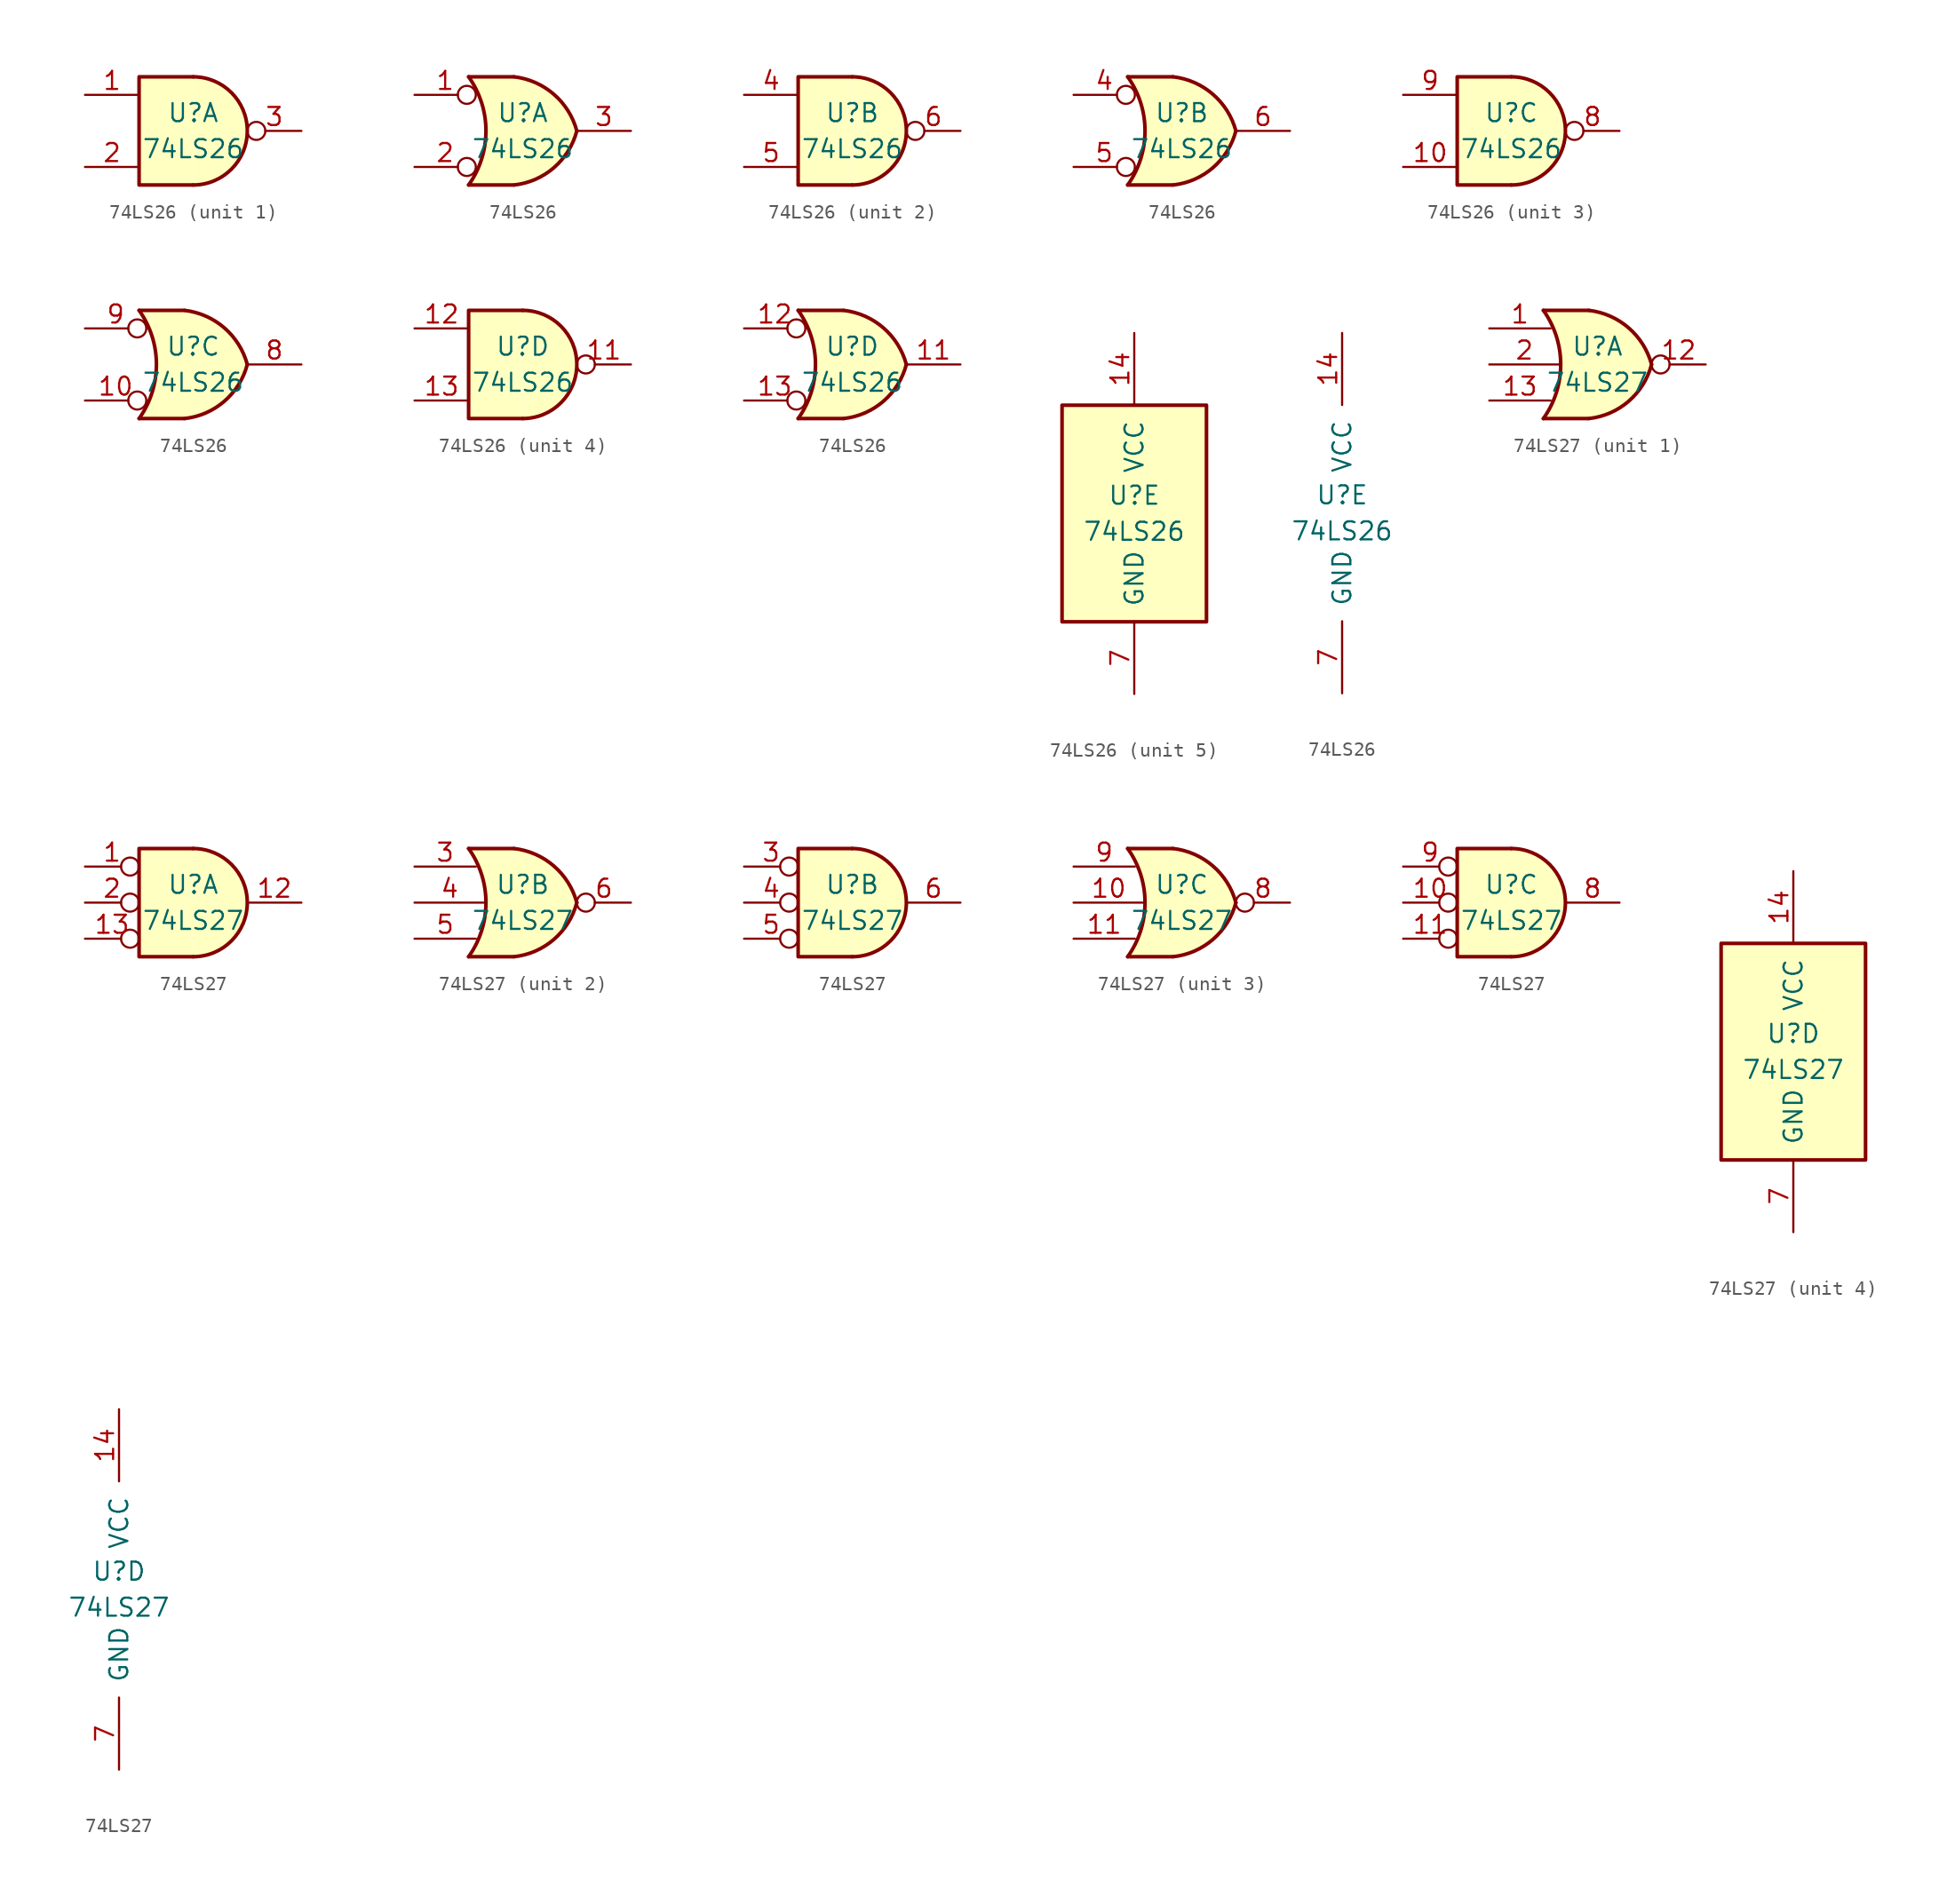
<source format=kicad_sym>
(kicad_symbol_lib
  (version 20201005)
  (generator kicad_symbol_editor)
  (symbol "74LS26"
    (pin_names
      (offset 1.016))
    (property "Reference" "U"
      (at 0 1.27 0)
      (effects (font (size 1.27 1.27))))
    (property "Value" "74LS26"
      (at 0 -1.27 0)
      (effects (font (size 1.27 1.27))))
    (property "ki_locked" ""
      (at 0 0 0)
      (effects (font (size 1.27 1.27))))
    (symbol "74LS26_1_1"
      (arc (start 0 -3.81) (end 0 3.81) (radius (at 0 0) (length 3.81) (angles -89.9 89.9)) (stroke (width 0.254)) (fill (type background)))
      (polyline (pts (xy 0 3.81) (xy -3.81 3.81) (xy -3.81 -3.81) (xy 0 -3.81)) (stroke (width 0.254)) (fill (type background)))
      (pin input line (at -7.62 2.54 0) (length 3.81) (name "~" (effects (font (size 1.27 1.27)))) (number "1" (effects (font (size 1.27 1.27)))))
      (pin input line (at -7.62 -2.54 0) (length 3.81) (name "~" (effects (font (size 1.27 1.27)))) (number "2" (effects (font (size 1.27 1.27)))))
      (pin open_collector inverted (at 7.62 0 180) (length 3.81) (name "~" (effects (font (size 1.27 1.27)))) (number "3" (effects (font (size 1.27 1.27))))))
    (symbol "74LS26_1_2"
      (arc (start -3.81 3.81) (end -3.81 -3.81) (radius (at -9.144 0) (length 6.5532) (angles 35.4 -35.4)) (stroke (width 0.254)) (fill (type none)))
      (arc (start 3.81 0) (end -0.6096 3.81) (radius (at -1.1938 -1.3208) (length 5.1816) (angles 15 83.7)) (stroke (width 0.254)) (fill (type background)))
      (arc (start 3.81 0) (end -0.6096 -3.81) (radius (at -1.1938 1.3208) (length 5.1816) (angles -15 -83.7)) (stroke (width 0.254)) (fill (type background)))
      (polyline (pts (xy -3.81 -3.81) (xy -0.635 -3.81)) (stroke (width 0.254)) (fill (type background)))
      (polyline (pts (xy -3.81 3.81) (xy -0.635 3.81)) (stroke (width 0.254)) (fill (type background)))
      (polyline (pts (xy -0.635 3.81) (xy -3.81 3.81) (xy -3.81 3.81) (xy -3.556 3.404) (xy -3.023 2.261) (xy -2.692 1.041) (xy -2.616 -0.254) (xy -2.769 -1.499) (xy -3.175 -2.718) (xy -3.81 -3.81) (xy -3.81 -3.81) (xy -0.635 -3.81)) (stroke (width -25.4)) (fill (type background)))
      (pin input inverted (at -7.62 2.54 0) (length 4.318) (name "~" (effects (font (size 1.27 1.27)))) (number "1" (effects (font (size 1.27 1.27)))))
      (pin input inverted (at -7.62 -2.54 0) (length 4.318) (name "~" (effects (font (size 1.27 1.27)))) (number "2" (effects (font (size 1.27 1.27)))))
      (pin open_collector line (at 7.62 0 180) (length 3.81) (name "~" (effects (font (size 1.27 1.27)))) (number "3" (effects (font (size 1.27 1.27))))))
    (symbol "74LS26_2_1"
      (arc (start 0 -3.81) (end 0 3.81) (radius (at 0 0) (length 3.81) (angles -89.9 89.9)) (stroke (width 0.254)) (fill (type background)))
      (polyline (pts (xy 0 3.81) (xy -3.81 3.81) (xy -3.81 -3.81) (xy 0 -3.81)) (stroke (width 0.254)) (fill (type background)))
      (pin input line (at -7.62 2.54 0) (length 3.81) (name "~" (effects (font (size 1.27 1.27)))) (number "4" (effects (font (size 1.27 1.27)))))
      (pin input line (at -7.62 -2.54 0) (length 3.81) (name "~" (effects (font (size 1.27 1.27)))) (number "5" (effects (font (size 1.27 1.27)))))
      (pin open_collector inverted (at 7.62 0 180) (length 3.81) (name "~" (effects (font (size 1.27 1.27)))) (number "6" (effects (font (size 1.27 1.27))))))
    (symbol "74LS26_2_2"
      (arc (start -3.81 3.81) (end -3.81 -3.81) (radius (at -9.144 0) (length 6.5532) (angles 35.4 -35.4)) (stroke (width 0.254)) (fill (type none)))
      (arc (start 3.81 0) (end -0.6096 3.81) (radius (at -1.1938 -1.3208) (length 5.1816) (angles 15 83.7)) (stroke (width 0.254)) (fill (type background)))
      (arc (start 3.81 0) (end -0.6096 -3.81) (radius (at -1.1938 1.3208) (length 5.1816) (angles -15 -83.7)) (stroke (width 0.254)) (fill (type background)))
      (polyline (pts (xy -3.81 -3.81) (xy -0.635 -3.81)) (stroke (width 0.254)) (fill (type background)))
      (polyline (pts (xy -3.81 3.81) (xy -0.635 3.81)) (stroke (width 0.254)) (fill (type background)))
      (polyline (pts (xy -0.635 3.81) (xy -3.81 3.81) (xy -3.81 3.81) (xy -3.556 3.404) (xy -3.023 2.261) (xy -2.692 1.041) (xy -2.616 -0.254) (xy -2.769 -1.499) (xy -3.175 -2.718) (xy -3.81 -3.81) (xy -3.81 -3.81) (xy -0.635 -3.81)) (stroke (width -25.4)) (fill (type background)))
      (pin input inverted (at -7.62 2.54 0) (length 4.318) (name "~" (effects (font (size 1.27 1.27)))) (number "4" (effects (font (size 1.27 1.27)))))
      (pin input inverted (at -7.62 -2.54 0) (length 4.318) (name "~" (effects (font (size 1.27 1.27)))) (number "5" (effects (font (size 1.27 1.27)))))
      (pin open_collector line (at 7.62 0 180) (length 3.81) (name "~" (effects (font (size 1.27 1.27)))) (number "6" (effects (font (size 1.27 1.27))))))
    (symbol "74LS26_3_1"
      (arc (start 0 -3.81) (end 0 3.81) (radius (at 0 0) (length 3.81) (angles -89.9 89.9)) (stroke (width 0.254)) (fill (type background)))
      (polyline (pts (xy 0 3.81) (xy -3.81 3.81) (xy -3.81 -3.81) (xy 0 -3.81)) (stroke (width 0.254)) (fill (type background)))
      (pin input line (at -7.62 -2.54 0) (length 3.81) (name "~" (effects (font (size 1.27 1.27)))) (number "10" (effects (font (size 1.27 1.27)))))
      (pin open_collector inverted (at 7.62 0 180) (length 3.81) (name "~" (effects (font (size 1.27 1.27)))) (number "8" (effects (font (size 1.27 1.27)))))
      (pin input line (at -7.62 2.54 0) (length 3.81) (name "~" (effects (font (size 1.27 1.27)))) (number "9" (effects (font (size 1.27 1.27))))))
    (symbol "74LS26_3_2"
      (arc (start -3.81 3.81) (end -3.81 -3.81) (radius (at -9.144 0) (length 6.5532) (angles 35.4 -35.4)) (stroke (width 0.254)) (fill (type none)))
      (arc (start 3.81 0) (end -0.6096 3.81) (radius (at -1.1938 -1.3208) (length 5.1816) (angles 15 83.7)) (stroke (width 0.254)) (fill (type background)))
      (arc (start 3.81 0) (end -0.6096 -3.81) (radius (at -1.1938 1.3208) (length 5.1816) (angles -15 -83.7)) (stroke (width 0.254)) (fill (type background)))
      (polyline (pts (xy -3.81 -3.81) (xy -0.635 -3.81)) (stroke (width 0.254)) (fill (type background)))
      (polyline (pts (xy -3.81 3.81) (xy -0.635 3.81)) (stroke (width 0.254)) (fill (type background)))
      (polyline (pts (xy -0.635 3.81) (xy -3.81 3.81) (xy -3.81 3.81) (xy -3.556 3.404) (xy -3.023 2.261) (xy -2.692 1.041) (xy -2.616 -0.254) (xy -2.769 -1.499) (xy -3.175 -2.718) (xy -3.81 -3.81) (xy -3.81 -3.81) (xy -0.635 -3.81)) (stroke (width -25.4)) (fill (type background)))
      (pin input inverted (at -7.62 -2.54 0) (length 4.318) (name "~" (effects (font (size 1.27 1.27)))) (number "10" (effects (font (size 1.27 1.27)))))
      (pin open_collector line (at 7.62 0 180) (length 3.81) (name "~" (effects (font (size 1.27 1.27)))) (number "8" (effects (font (size 1.27 1.27)))))
      (pin input inverted (at -7.62 2.54 0) (length 4.318) (name "~" (effects (font (size 1.27 1.27)))) (number "9" (effects (font (size 1.27 1.27))))))
    (symbol "74LS26_4_1"
      (arc (start 0 -3.81) (end 0 3.81) (radius (at 0 0) (length 3.81) (angles -89.9 89.9)) (stroke (width 0.254)) (fill (type background)))
      (polyline (pts (xy 0 3.81) (xy -3.81 3.81) (xy -3.81 -3.81) (xy 0 -3.81)) (stroke (width 0.254)) (fill (type background)))
      (pin open_collector inverted (at 7.62 0 180) (length 3.81) (name "~" (effects (font (size 1.27 1.27)))) (number "11" (effects (font (size 1.27 1.27)))))
      (pin input line (at -7.62 2.54 0) (length 3.81) (name "~" (effects (font (size 1.27 1.27)))) (number "12" (effects (font (size 1.27 1.27)))))
      (pin input line (at -7.62 -2.54 0) (length 3.81) (name "~" (effects (font (size 1.27 1.27)))) (number "13" (effects (font (size 1.27 1.27))))))
    (symbol "74LS26_4_2"
      (arc (start -3.81 3.81) (end -3.81 -3.81) (radius (at -9.144 0) (length 6.5532) (angles 35.4 -35.4)) (stroke (width 0.254)) (fill (type none)))
      (arc (start 3.81 0) (end -0.6096 3.81) (radius (at -1.1938 -1.3208) (length 5.1816) (angles 15 83.7)) (stroke (width 0.254)) (fill (type background)))
      (arc (start 3.81 0) (end -0.6096 -3.81) (radius (at -1.1938 1.3208) (length 5.1816) (angles -15 -83.7)) (stroke (width 0.254)) (fill (type background)))
      (polyline (pts (xy -3.81 -3.81) (xy -0.635 -3.81)) (stroke (width 0.254)) (fill (type background)))
      (polyline (pts (xy -3.81 3.81) (xy -0.635 3.81)) (stroke (width 0.254)) (fill (type background)))
      (polyline (pts (xy -0.635 3.81) (xy -3.81 3.81) (xy -3.81 3.81) (xy -3.556 3.404) (xy -3.023 2.261) (xy -2.692 1.041) (xy -2.616 -0.254) (xy -2.769 -1.499) (xy -3.175 -2.718) (xy -3.81 -3.81) (xy -3.81 -3.81) (xy -0.635 -3.81)) (stroke (width -25.4)) (fill (type background)))
      (pin open_collector line (at 7.62 0 180) (length 3.81) (name "~" (effects (font (size 1.27 1.27)))) (number "11" (effects (font (size 1.27 1.27)))))
      (pin input inverted (at -7.62 2.54 0) (length 4.318) (name "~" (effects (font (size 1.27 1.27)))) (number "12" (effects (font (size 1.27 1.27)))))
      (pin input inverted (at -7.62 -2.54 0) (length 4.318) (name "~" (effects (font (size 1.27 1.27)))) (number "13" (effects (font (size 1.27 1.27))))))
    (symbol "74LS26_5_0"
      (pin power_in line (at 0 12.7 270) (length 5.08) (name "VCC" (effects (font (size 1.27 1.27)))) (number "14" (effects (font (size 1.27 1.27)))))
      (pin power_in line (at 0 -12.7 90) (length 5.08) (name "GND" (effects (font (size 1.27 1.27)))) (number "7" (effects (font (size 1.27 1.27))))))
    (symbol "74LS26_5_1"
      (rectangle (start -5.08 7.62) (end 5.08 -7.62) (stroke (width 0.254)) (fill (type background)))))
  (symbol "74LS27"
    (pin_names
      (offset 1.016))
    (property "Reference" "U"
      (at 0 1.27 0)
      (effects (font (size 1.27 1.27))))
    (property "Value" "74LS27"
      (at 0 -1.27 0)
      (effects (font (size 1.27 1.27))))
    (property "ki_locked" ""
      (at 0 0 0)
      (effects (font (size 1.27 1.27))))
    (symbol "74LS27_1_1"
      (arc (start -3.81 3.81) (end -3.81 -3.81) (radius (at -9.144 0) (length 6.5532) (angles 35.4 -35.4)) (stroke (width 0.254)) (fill (type none)))
      (arc (start 3.81 0) (end -0.6096 3.81) (radius (at -1.1938 -1.3208) (length 5.1816) (angles 15 83.7)) (stroke (width 0.254)) (fill (type background)))
      (arc (start 3.81 0) (end -0.6096 -3.81) (radius (at -1.1938 1.3208) (length 5.1816) (angles -15 -83.7)) (stroke (width 0.254)) (fill (type background)))
      (polyline (pts (xy -3.81 -3.81) (xy -0.635 -3.81)) (stroke (width 0.254)) (fill (type background)))
      (polyline (pts (xy -3.81 3.81) (xy -0.635 3.81)) (stroke (width 0.254)) (fill (type background)))
      (polyline (pts (xy -0.635 3.81) (xy -3.81 3.81) (xy -3.81 3.81) (xy -3.556 3.404) (xy -3.023 2.261) (xy -2.692 1.041) (xy -2.616 -0.254) (xy -2.769 -1.499) (xy -3.175 -2.718) (xy -3.81 -3.81) (xy -3.81 -3.81) (xy -0.635 -3.81)) (stroke (width -25.4)) (fill (type background)))
      (pin input line (at -7.62 2.54 0) (length 4.318) (name "~" (effects (font (size 1.27 1.27)))) (number "1" (effects (font (size 1.27 1.27)))))
      (pin output inverted (at 7.62 0 180) (length 3.81) (name "~" (effects (font (size 1.27 1.27)))) (number "12" (effects (font (size 1.27 1.27)))))
      (pin input line (at -7.62 -2.54 0) (length 4.318) (name "~" (effects (font (size 1.27 1.27)))) (number "13" (effects (font (size 1.27 1.27)))))
      (pin input line (at -7.62 0 0) (length 4.953) (name "~" (effects (font (size 1.27 1.27)))) (number "2" (effects (font (size 1.27 1.27))))))
    (symbol "74LS27_1_2"
      (arc (start 0 -3.81) (end 0 3.81) (radius (at 0 0) (length 3.81) (angles -89.9 89.9)) (stroke (width 0.254)) (fill (type background)))
      (polyline (pts (xy 0 3.81) (xy -3.81 3.81) (xy -3.81 -3.81) (xy 0 -3.81)) (stroke (width 0.254)) (fill (type background)))
      (pin input inverted (at -7.62 2.54 0) (length 3.81) (name "~" (effects (font (size 1.27 1.27)))) (number "1" (effects (font (size 1.27 1.27)))))
      (pin output line (at 7.62 0 180) (length 3.81) (name "~" (effects (font (size 1.27 1.27)))) (number "12" (effects (font (size 1.27 1.27)))))
      (pin input inverted (at -7.62 -2.54 0) (length 3.81) (name "~" (effects (font (size 1.27 1.27)))) (number "13" (effects (font (size 1.27 1.27)))))
      (pin input inverted (at -7.62 0 0) (length 3.81) (name "~" (effects (font (size 1.27 1.27)))) (number "2" (effects (font (size 1.27 1.27))))))
    (symbol "74LS27_2_1"
      (arc (start -3.81 3.81) (end -3.81 -3.81) (radius (at -9.144 0) (length 6.5532) (angles 35.4 -35.4)) (stroke (width 0.254)) (fill (type none)))
      (arc (start 3.81 0) (end -0.6096 3.81) (radius (at -1.1938 -1.3208) (length 5.1816) (angles 15 83.7)) (stroke (width 0.254)) (fill (type background)))
      (arc (start 3.81 0) (end -0.6096 -3.81) (radius (at -1.1938 1.3208) (length 5.1816) (angles -15 -83.7)) (stroke (width 0.254)) (fill (type background)))
      (polyline (pts (xy -3.81 -3.81) (xy -0.635 -3.81)) (stroke (width 0.254)) (fill (type background)))
      (polyline (pts (xy -3.81 3.81) (xy -0.635 3.81)) (stroke (width 0.254)) (fill (type background)))
      (polyline (pts (xy -0.635 3.81) (xy -3.81 3.81) (xy -3.81 3.81) (xy -3.556 3.404) (xy -3.023 2.261) (xy -2.692 1.041) (xy -2.616 -0.254) (xy -2.769 -1.499) (xy -3.175 -2.718) (xy -3.81 -3.81) (xy -3.81 -3.81) (xy -0.635 -3.81)) (stroke (width -25.4)) (fill (type background)))
      (pin input line (at -7.62 2.54 0) (length 4.318) (name "~" (effects (font (size 1.27 1.27)))) (number "3" (effects (font (size 1.27 1.27)))))
      (pin input line (at -7.62 0 0) (length 4.953) (name "~" (effects (font (size 1.27 1.27)))) (number "4" (effects (font (size 1.27 1.27)))))
      (pin input line (at -7.62 -2.54 0) (length 4.318) (name "~" (effects (font (size 1.27 1.27)))) (number "5" (effects (font (size 1.27 1.27)))))
      (pin output inverted (at 7.62 0 180) (length 3.81) (name "~" (effects (font (size 1.27 1.27)))) (number "6" (effects (font (size 1.27 1.27))))))
    (symbol "74LS27_2_2"
      (arc (start 0 -3.81) (end 0 3.81) (radius (at 0 0) (length 3.81) (angles -89.9 89.9)) (stroke (width 0.254)) (fill (type background)))
      (polyline (pts (xy 0 3.81) (xy -3.81 3.81) (xy -3.81 -3.81) (xy 0 -3.81)) (stroke (width 0.254)) (fill (type background)))
      (pin input inverted (at -7.62 2.54 0) (length 3.81) (name "~" (effects (font (size 1.27 1.27)))) (number "3" (effects (font (size 1.27 1.27)))))
      (pin input inverted (at -7.62 0 0) (length 3.81) (name "~" (effects (font (size 1.27 1.27)))) (number "4" (effects (font (size 1.27 1.27)))))
      (pin input inverted (at -7.62 -2.54 0) (length 3.81) (name "~" (effects (font (size 1.27 1.27)))) (number "5" (effects (font (size 1.27 1.27)))))
      (pin output line (at 7.62 0 180) (length 3.81) (name "~" (effects (font (size 1.27 1.27)))) (number "6" (effects (font (size 1.27 1.27))))))
    (symbol "74LS27_3_1"
      (arc (start -3.81 3.81) (end -3.81 -3.81) (radius (at -9.144 0) (length 6.5532) (angles 35.4 -35.4)) (stroke (width 0.254)) (fill (type none)))
      (arc (start 3.81 0) (end -0.6096 3.81) (radius (at -1.1938 -1.3208) (length 5.1816) (angles 15 83.7)) (stroke (width 0.254)) (fill (type background)))
      (arc (start 3.81 0) (end -0.6096 -3.81) (radius (at -1.1938 1.3208) (length 5.1816) (angles -15 -83.7)) (stroke (width 0.254)) (fill (type background)))
      (polyline (pts (xy -3.81 -3.81) (xy -0.635 -3.81)) (stroke (width 0.254)) (fill (type background)))
      (polyline (pts (xy -3.81 3.81) (xy -0.635 3.81)) (stroke (width 0.254)) (fill (type background)))
      (polyline (pts (xy -0.635 3.81) (xy -3.81 3.81) (xy -3.81 3.81) (xy -3.556 3.404) (xy -3.023 2.261) (xy -2.692 1.041) (xy -2.616 -0.254) (xy -2.769 -1.499) (xy -3.175 -2.718) (xy -3.81 -3.81) (xy -3.81 -3.81) (xy -0.635 -3.81)) (stroke (width -25.4)) (fill (type background)))
      (pin input line (at -7.62 0 0) (length 4.953) (name "~" (effects (font (size 1.27 1.27)))) (number "10" (effects (font (size 1.27 1.27)))))
      (pin input line (at -7.62 -2.54 0) (length 4.318) (name "~" (effects (font (size 1.27 1.27)))) (number "11" (effects (font (size 1.27 1.27)))))
      (pin output inverted (at 7.62 0 180) (length 3.81) (name "~" (effects (font (size 1.27 1.27)))) (number "8" (effects (font (size 1.27 1.27)))))
      (pin input line (at -7.62 2.54 0) (length 4.318) (name "~" (effects (font (size 1.27 1.27)))) (number "9" (effects (font (size 1.27 1.27))))))
    (symbol "74LS27_3_2"
      (arc (start 0 -3.81) (end 0 3.81) (radius (at 0 0) (length 3.81) (angles -89.9 89.9)) (stroke (width 0.254)) (fill (type background)))
      (polyline (pts (xy 0 3.81) (xy -3.81 3.81) (xy -3.81 -3.81) (xy 0 -3.81)) (stroke (width 0.254)) (fill (type background)))
      (pin input inverted (at -7.62 0 0) (length 3.81) (name "~" (effects (font (size 1.27 1.27)))) (number "10" (effects (font (size 1.27 1.27)))))
      (pin input inverted (at -7.62 -2.54 0) (length 3.81) (name "~" (effects (font (size 1.27 1.27)))) (number "11" (effects (font (size 1.27 1.27)))))
      (pin output line (at 7.62 0 180) (length 3.81) (name "~" (effects (font (size 1.27 1.27)))) (number "8" (effects (font (size 1.27 1.27)))))
      (pin input inverted (at -7.62 2.54 0) (length 3.81) (name "~" (effects (font (size 1.27 1.27)))) (number "9" (effects (font (size 1.27 1.27))))))
    (symbol "74LS27_4_0"
      (pin power_in line (at 0 12.7 270) (length 5.08) (name "VCC" (effects (font (size 1.27 1.27)))) (number "14" (effects (font (size 1.27 1.27)))))
      (pin power_in line (at 0 -12.7 90) (length 5.08) (name "GND" (effects (font (size 1.27 1.27)))) (number "7" (effects (font (size 1.27 1.27))))))
    (symbol "74LS27_4_1"
      (rectangle (start -5.08 7.62) (end 5.08 -7.62) (stroke (width 0.254)) (fill (type background))))))
</source>
